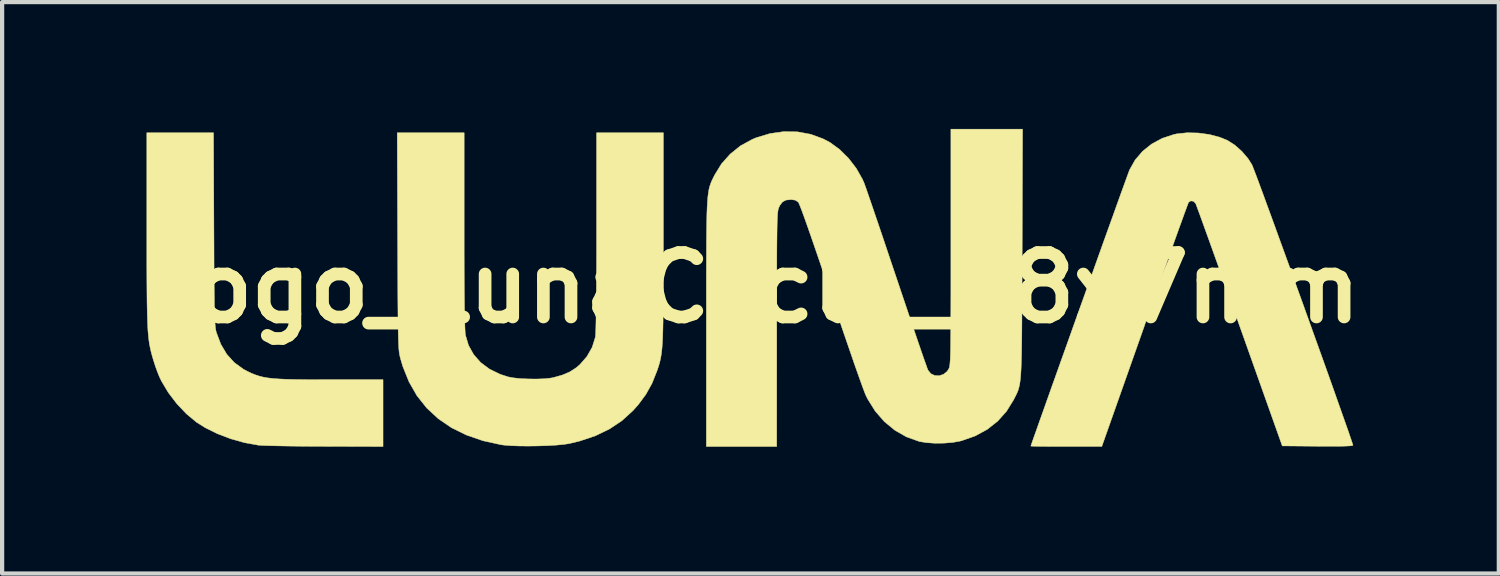
<source format=kicad_pcb>
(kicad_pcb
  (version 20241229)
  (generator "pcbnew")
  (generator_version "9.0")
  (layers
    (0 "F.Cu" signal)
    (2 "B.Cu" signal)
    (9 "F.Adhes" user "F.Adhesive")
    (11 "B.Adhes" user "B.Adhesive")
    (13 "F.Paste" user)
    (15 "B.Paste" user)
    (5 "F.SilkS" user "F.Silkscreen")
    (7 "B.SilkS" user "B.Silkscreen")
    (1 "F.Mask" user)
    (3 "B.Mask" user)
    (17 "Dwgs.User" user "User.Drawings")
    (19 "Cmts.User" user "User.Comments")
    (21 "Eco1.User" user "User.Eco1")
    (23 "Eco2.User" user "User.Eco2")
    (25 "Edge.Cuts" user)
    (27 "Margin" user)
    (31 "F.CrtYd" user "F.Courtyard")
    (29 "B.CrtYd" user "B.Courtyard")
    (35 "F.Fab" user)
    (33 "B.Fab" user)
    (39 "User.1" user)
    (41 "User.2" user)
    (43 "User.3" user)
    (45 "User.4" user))
  (footprint "Logo_LunaCycle_28x7mm"
    (layer "F.Cu")
    (at 14.703 3.759)
    (property "Reference" "Logo_LunaCycle_28x7mm" (at 0 0 0) (layer "F.SilkS") (effects (font (size 1.524 1.524) (thickness 0.3))))
    (attr through_hole)
    (fp_poly (pts (xy -12.693 -1.39) (xy -12.691 -0.974) (xy -12.69 -0.61) (xy -12.688 -0.295) (xy -12.686 -0.025) (xy -12.683 0.204) (xy -12.681 0.396) (xy -12.677 0.554) (xy -12.674 0.683) (xy -12.669 0.787) (xy -12.664 0.869) (xy -12.658 0.933) (xy -12.651 0.983) (xy -12.643 1.023) (xy -12.635 1.054) (xy -12.529 1.335) (xy -12.388 1.572) (xy -12.21 1.768) (xy -11.995 1.925) (xy -11.899 1.976) (xy -11.808 2.019) (xy -11.72 2.055) (xy -11.63 2.085) (xy -11.533 2.11) (xy -11.422 2.13) (xy -11.292 2.145) (xy -11.138 2.156) (xy -10.954 2.164) (xy -10.735 2.169) (xy -10.473 2.172) (xy -10.165 2.173) (xy -9.931 2.173) (xy -8.692 2.173) (xy -8.692 3.754) (xy -10.068 3.75) (xy -10.349 3.749) (xy -10.619 3.747) (xy -10.872 3.744) (xy -11.1 3.74) (xy -11.298 3.736) (xy -11.458 3.732) (xy -11.575 3.727) (xy -11.642 3.722) (xy -11.965 3.664) (xy -12.292 3.572) (xy -12.606 3.453) (xy -12.893 3.312) (xy -13.105 3.179) (xy -13.344 2.98) (xy -13.57 2.742) (xy -13.772 2.477) (xy -13.935 2.204) (xy -13.984 2.1) (xy -14.028 1.991) (xy -14.078 1.853) (xy -14.122 1.715) (xy -14.129 1.693) (xy -14.155 1.603) (xy -14.178 1.518) (xy -14.197 1.434) (xy -14.215 1.347) (xy -14.229 1.254) (xy -14.241 1.149) (xy -14.252 1.029) (xy -14.26 0.889) (xy -14.266 0.726) (xy -14.271 0.536) (xy -14.275 0.313) (xy -14.277 0.054) (xy -14.279 -0.245) (xy -14.28 -0.588) (xy -14.28 -0.98) (xy -14.28 -1.376) (xy -14.28 -3.669) (xy -12.702 -3.669) (xy -12.693 -1.39)) (stroke (width 0.01) (type solid)) (fill yes) (layer "F.SilkS"))
    (fp_poly (pts (xy -6.773 -1.36) (xy -6.773 -0.863) (xy -6.772 -0.422) (xy -6.77 -0.037) (xy -6.767 0.293) (xy -6.764 0.567) (xy -6.759 0.787) (xy -6.754 0.953) (xy -6.748 1.064) (xy -6.742 1.117) (xy -6.67 1.36) (xy -6.549 1.577) (xy -6.383 1.766) (xy -6.173 1.922) (xy -5.924 2.044) (xy -5.729 2.107) (xy -5.604 2.13) (xy -5.44 2.147) (xy -5.254 2.155) (xy -5.063 2.157) (xy -4.885 2.151) (xy -4.735 2.136) (xy -4.668 2.124) (xy -4.451 2.063) (xy -4.275 1.988) (xy -4.123 1.89) (xy -4.035 1.815) (xy -3.869 1.625) (xy -3.745 1.407) (xy -3.671 1.171) (xy -3.669 1.16) (xy -3.664 1.103) (xy -3.659 0.991) (xy -3.655 0.829) (xy -3.651 0.617) (xy -3.648 0.358) (xy -3.645 0.055) (xy -3.643 -0.289) (xy -3.641 -0.672) (xy -3.641 -1.092) (xy -3.641 -1.33) (xy -3.641 -3.669) (xy -2.06 -3.669) (xy -2.06 -1.189) (xy -2.06 -0.737) (xy -2.061 -0.337) (xy -2.061 0.013) (xy -2.063 0.319) (xy -2.065 0.584) (xy -2.068 0.812) (xy -2.072 1.007) (xy -2.077 1.173) (xy -2.085 1.313) (xy -2.093 1.431) (xy -2.104 1.532) (xy -2.117 1.619) (xy -2.132 1.697) (xy -2.149 1.768) (xy -2.169 1.837) (xy -2.192 1.908) (xy -2.21 1.961) (xy -2.329 2.26) (xy -2.474 2.521) (xy -2.654 2.764) (xy -2.778 2.903) (xy -3.039 3.141) (xy -3.335 3.339) (xy -3.668 3.5) (xy -4.041 3.625) (xy -4.29 3.685) (xy -4.422 3.705) (xy -4.598 3.721) (xy -4.803 3.733) (xy -5.026 3.74) (xy -5.253 3.743) (xy -5.471 3.741) (xy -5.667 3.734) (xy -5.828 3.721) (xy -5.898 3.712) (xy -6.329 3.617) (xy -6.721 3.482) (xy -7.074 3.308) (xy -7.386 3.095) (xy -7.658 2.843) (xy -7.889 2.553) (xy -8.077 2.225) (xy -8.224 1.861) (xy -8.275 1.688) (xy -8.286 1.647) (xy -8.295 1.607) (xy -8.304 1.564) (xy -8.311 1.514) (xy -8.317 1.455) (xy -8.322 1.381) (xy -8.326 1.289) (xy -8.33 1.176) (xy -8.333 1.038) (xy -8.336 0.871) (xy -8.338 0.67) (xy -8.34 0.434) (xy -8.342 0.157) (xy -8.343 -0.164) (xy -8.345 -0.532) (xy -8.346 -0.952) (xy -8.347 -1.108) (xy -8.356 -3.669) (xy -6.773 -3.669) (xy -6.773 -1.36)) (stroke (width 0.01) (type solid)) (fill yes) (layer "F.SilkS"))
    (fp_poly (pts (xy 10.594 -3.663) (xy 10.858 -3.627) (xy 11.104 -3.562) (xy 11.284 -3.488) (xy 11.456 -3.378) (xy 11.624 -3.229) (xy 11.77 -3.059) (xy 11.862 -2.914) (xy 11.88 -2.87) (xy 11.916 -2.778) (xy 11.968 -2.642) (xy 12.034 -2.464) (xy 12.113 -2.251) (xy 12.203 -2.004) (xy 12.304 -1.729) (xy 12.413 -1.43) (xy 12.529 -1.109) (xy 12.652 -0.772) (xy 12.779 -0.422) (xy 12.908 -0.062) (xy 13.04 0.302) (xy 13.171 0.667) (xy 13.301 1.03) (xy 13.429 1.386) (xy 13.553 1.731) (xy 13.671 2.061) (xy 13.782 2.373) (xy 13.884 2.663) (xy 13.977 2.926) (xy 14.059 3.158) (xy 14.129 3.356) (xy 14.184 3.516) (xy 14.224 3.634) (xy 14.247 3.706) (xy 14.252 3.727) (xy 14.224 3.735) (xy 14.143 3.741) (xy 14.011 3.746) (xy 13.832 3.748) (xy 13.607 3.748) (xy 13.416 3.747) (xy 12.58 3.739) (xy 11.572 0.903) (xy 11.435 0.517) (xy 11.303 0.147) (xy 11.177 -0.207) (xy 11.059 -0.538) (xy 10.949 -0.845) (xy 10.849 -1.124) (xy 10.76 -1.37) (xy 10.684 -1.581) (xy 10.622 -1.752) (xy 10.574 -1.882) (xy 10.544 -1.964) (xy 10.53 -1.997) (xy 10.48 -2.048) (xy 10.416 -2.057) (xy 10.365 -2.025) (xy 10.352 -1.994) (xy 10.322 -1.913) (xy 10.275 -1.787) (xy 10.214 -1.617) (xy 10.138 -1.408) (xy 10.05 -1.163) (xy 9.951 -0.886) (xy 9.842 -0.58) (xy 9.725 -0.249) (xy 9.599 0.104) (xy 9.468 0.476) (xy 9.331 0.862) (xy 9.325 0.882) (xy 8.311 3.753) (xy 7.472 3.753) (xy 7.261 3.753) (xy 7.069 3.752) (xy 6.904 3.751) (xy 6.772 3.749) (xy 6.68 3.746) (xy 6.635 3.744) (xy 6.632 3.743) (xy 6.642 3.714) (xy 6.668 3.636) (xy 6.712 3.513) (xy 6.77 3.349) (xy 6.841 3.147) (xy 6.925 2.912) (xy 7.019 2.647) (xy 7.122 2.356) (xy 7.234 2.044) (xy 7.351 1.714) (xy 7.474 1.371) (xy 7.6 1.017) (xy 7.728 0.658) (xy 7.858 0.296) (xy 7.986 -0.063) (xy 8.113 -0.417) (xy 8.236 -0.761) (xy 8.354 -1.091) (xy 8.466 -1.403) (xy 8.571 -1.694) (xy 8.666 -1.96) (xy 8.751 -2.196) (xy 8.824 -2.398) (xy 8.884 -2.563) (xy 8.929 -2.687) (xy 8.958 -2.766) (xy 8.969 -2.794) (xy 9.1 -3.026) (xy 9.276 -3.231) (xy 9.49 -3.402) (xy 9.737 -3.536) (xy 10.009 -3.626) (xy 10.085 -3.643) (xy 10.331 -3.669) (xy 10.594 -3.663)) (stroke (width 0.01) (type solid)) (fill yes) (layer "F.SilkS"))
    (fp_poly (pts (xy 6.427 -0.826) (xy 6.426 -0.342) (xy 6.424 0.088) (xy 6.423 0.469) (xy 6.421 0.803) (xy 6.419 1.095) (xy 6.416 1.348) (xy 6.413 1.565) (xy 6.408 1.75) (xy 6.402 1.906) (xy 6.395 2.036) (xy 6.386 2.145) (xy 6.375 2.235) (xy 6.362 2.311) (xy 6.346 2.374) (xy 6.329 2.43) (xy 6.308 2.481) (xy 6.285 2.531) (xy 6.258 2.583) (xy 6.229 2.641) (xy 6.226 2.647) (xy 6.058 2.919) (xy 5.849 3.153) (xy 5.601 3.349) (xy 5.315 3.504) (xy 4.996 3.616) (xy 4.953 3.627) (xy 4.779 3.658) (xy 4.576 3.674) (xy 4.365 3.676) (xy 4.167 3.663) (xy 4 3.636) (xy 3.987 3.632) (xy 3.688 3.525) (xy 3.414 3.368) (xy 3.167 3.164) (xy 2.952 2.918) (xy 2.773 2.631) (xy 2.734 2.554) (xy 2.708 2.492) (xy 2.666 2.381) (xy 2.609 2.225) (xy 2.539 2.029) (xy 2.458 1.799) (xy 2.368 1.537) (xy 2.269 1.25) (xy 2.163 0.941) (xy 2.053 0.615) (xy 1.939 0.277) (xy 1.908 0.183) (xy 1.772 -0.22) (xy 1.648 -0.589) (xy 1.534 -0.921) (xy 1.433 -1.214) (xy 1.345 -1.465) (xy 1.271 -1.673) (xy 1.212 -1.835) (xy 1.167 -1.949) (xy 1.14 -2.013) (xy 1.132 -2.025) (xy 1.064 -2.073) (xy 0.968 -2.088) (xy 0.959 -2.088) (xy 0.839 -2.076) (xy 0.756 -2.031) (xy 0.692 -1.945) (xy 0.676 -1.91) (xy 0.667 -1.889) (xy 0.659 -1.864) (xy 0.652 -1.832) (xy 0.646 -1.79) (xy 0.641 -1.734) (xy 0.637 -1.661) (xy 0.633 -1.567) (xy 0.63 -1.449) (xy 0.628 -1.303) (xy 0.626 -1.127) (xy 0.624 -0.916) (xy 0.623 -0.667) (xy 0.623 -0.377) (xy 0.622 -0.043) (xy 0.622 0.34) (xy 0.622 0.774) (xy 0.622 0.981) (xy 0.621 3.754) (xy -1.044 3.754) (xy -1.044 0.854) (xy -1.044 0.367) (xy -1.044 -0.066) (xy -1.043 -0.45) (xy -1.042 -0.787) (xy -1.041 -1.082) (xy -1.038 -1.338) (xy -1.035 -1.558) (xy -1.031 -1.746) (xy -1.025 -1.906) (xy -1.017 -2.039) (xy -1.008 -2.151) (xy -0.996 -2.245) (xy -0.983 -2.324) (xy -0.967 -2.391) (xy -0.948 -2.45) (xy -0.927 -2.504) (xy -0.903 -2.558) (xy -0.875 -2.613) (xy -0.849 -2.667) (xy -0.686 -2.933) (xy -0.479 -3.165) (xy -0.235 -3.361) (xy 0.044 -3.513) (xy 0.137 -3.552) (xy 0.464 -3.65) (xy 0.791 -3.696) (xy 1.113 -3.69) (xy 1.424 -3.633) (xy 1.719 -3.525) (xy 1.88 -3.44) (xy 2.107 -3.275) (xy 2.318 -3.067) (xy 2.502 -2.828) (xy 2.648 -2.571) (xy 2.689 -2.478) (xy 2.709 -2.423) (xy 2.746 -2.319) (xy 2.797 -2.171) (xy 2.862 -1.982) (xy 2.938 -1.759) (xy 3.025 -1.504) (xy 3.12 -1.224) (xy 3.222 -0.921) (xy 3.329 -0.602) (xy 3.441 -0.27) (xy 3.456 -0.226) (xy 3.567 0.105) (xy 3.674 0.422) (xy 3.775 0.722) (xy 3.869 0.998) (xy 3.954 1.248) (xy 4.029 1.467) (xy 4.092 1.65) (xy 4.143 1.793) (xy 4.178 1.893) (xy 4.198 1.944) (xy 4.199 1.947) (xy 4.267 2.031) (xy 4.36 2.074) (xy 4.465 2.079) (xy 4.567 2.045) (xy 4.654 1.975) (xy 4.694 1.911) (xy 4.702 1.891) (xy 4.709 1.864) (xy 4.715 1.826) (xy 4.72 1.774) (xy 4.725 1.705) (xy 4.729 1.615) (xy 4.732 1.501) (xy 4.734 1.36) (xy 4.736 1.188) (xy 4.738 0.981) (xy 4.739 0.737) (xy 4.74 0.453) (xy 4.741 0.123) (xy 4.741 -0.253) (xy 4.741 -0.681) (xy 4.741 -0.971) (xy 4.741 -3.754) (xy 6.437 -3.754) (xy 6.427 -0.826)) (stroke (width 0.01) (type solid)) (fill yes) (layer "F.SilkS")))
  (gr_rect
    (start -3 -3)
    (end 32.406 10.517)
    (stroke (width 0.1) (type default))
    (fill no)
    (layer "Edge.Cuts")))
</source>
